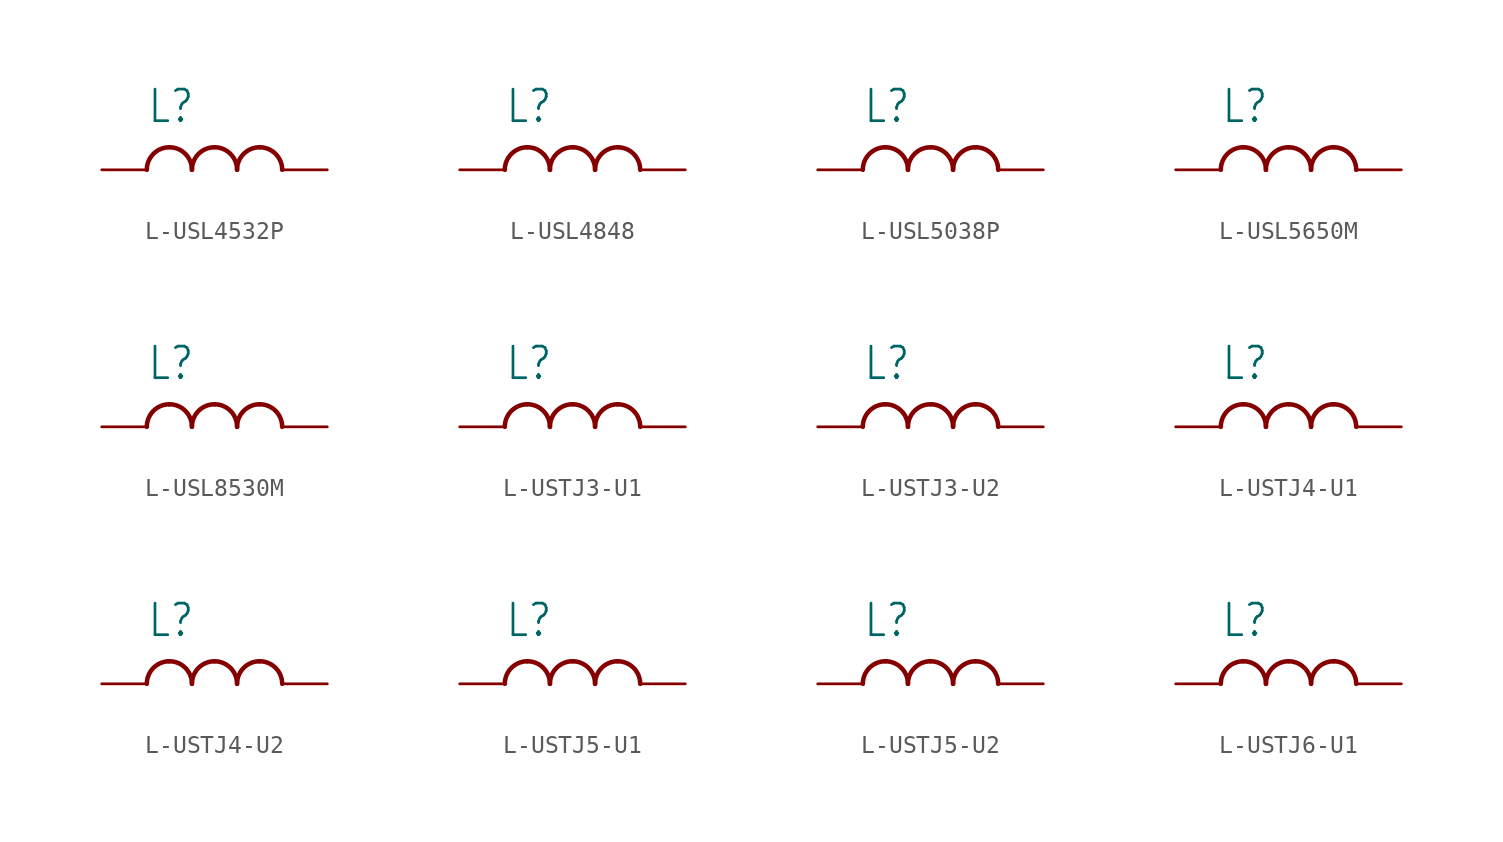
<source format=kicad_sym>
(kicad_symbol_lib
  (version 20231120)
  (generator "kicad_symbol_editor")
  (generator_version "8.0")
  (symbol "L-USL4532P"
    (property "Reference" "L"
      (at -5.08 2.54 0)
      (effects (font (size 1.778 1.511)) (justify left bottom)))
    (property "Value" ""
      (at -5.08 -1.27 0)
      (effects (font (size 1.778 1.511)) (justify left top)))
    (property "ki_locked" ""
      (at 0 0 0)
      (effects (font (size 1.27 1.27))))
    (symbol "L-USL4532P_1_0"
      (arc (start -3.81 1.27) (mid -4.708 0.898) (end -5.08 0) (stroke (width 0.254) (type solid)) (fill (type none)))
      (arc (start -2.54 0) (mid -2.912 0.898) (end -3.81 1.27) (stroke (width 0.254) (type solid)) (fill (type none)))
      (arc (start -1.27 1.27) (mid -2.168 0.898) (end -2.54 0) (stroke (width 0.254) (type solid)) (fill (type none)))
      (arc (start 0 0) (mid -0.372 0.898) (end -1.27 1.27) (stroke (width 0.254) (type solid)) (fill (type none)))
      (arc (start 1.27 1.27) (mid 0.372 0.898) (end 0 0) (stroke (width 0.254) (type solid)) (fill (type none)))
      (arc (start 2.54 0) (mid 2.168 0.898) (end 1.27 1.27) (stroke (width 0.254) (type solid)) (fill (type none)))
      (pin passive line (at -7.62 0 0) (length 2.54) (name "1" (effects (font (size 0 0)))) (number "1" (effects (font (size 0 0)))))
      (pin passive line (at 5.08 0 180) (length 2.54) (name "2" (effects (font (size 0 0)))) (number "2" (effects (font (size 0 0)))))))
  (symbol "L-USL4848"
    (property "Reference" "L"
      (at -5.08 2.54 0)
      (effects (font (size 1.778 1.511)) (justify left bottom)))
    (property "Value" ""
      (at -5.08 -1.27 0)
      (effects (font (size 1.778 1.511)) (justify left top)))
    (property "ki_locked" ""
      (at 0 0 0)
      (effects (font (size 1.27 1.27))))
    (symbol "L-USL4848_1_0"
      (arc (start -3.81 1.27) (mid -4.708 0.898) (end -5.08 0) (stroke (width 0.254) (type solid)) (fill (type none)))
      (arc (start -2.54 0) (mid -2.912 0.898) (end -3.81 1.27) (stroke (width 0.254) (type solid)) (fill (type none)))
      (arc (start -1.27 1.27) (mid -2.168 0.898) (end -2.54 0) (stroke (width 0.254) (type solid)) (fill (type none)))
      (arc (start 0 0) (mid -0.372 0.898) (end -1.27 1.27) (stroke (width 0.254) (type solid)) (fill (type none)))
      (arc (start 1.27 1.27) (mid 0.372 0.898) (end 0 0) (stroke (width 0.254) (type solid)) (fill (type none)))
      (arc (start 2.54 0) (mid 2.168 0.898) (end 1.27 1.27) (stroke (width 0.254) (type solid)) (fill (type none)))
      (pin passive line (at -7.62 0 0) (length 2.54) (name "1" (effects (font (size 0 0)))) (number "P$1" (effects (font (size 0 0)))))
      (pin passive line (at 5.08 0 180) (length 2.54) (name "2" (effects (font (size 0 0)))) (number "P$2" (effects (font (size 0 0)))))))
  (symbol "L-USL5038P"
    (property "Reference" "L"
      (at -5.08 2.54 0)
      (effects (font (size 1.778 1.511)) (justify left bottom)))
    (property "Value" ""
      (at -5.08 -1.27 0)
      (effects (font (size 1.778 1.511)) (justify left top)))
    (property "ki_locked" ""
      (at 0 0 0)
      (effects (font (size 1.27 1.27))))
    (symbol "L-USL5038P_1_0"
      (arc (start -3.81 1.27) (mid -4.708 0.898) (end -5.08 0) (stroke (width 0.254) (type solid)) (fill (type none)))
      (arc (start -2.54 0) (mid -2.912 0.898) (end -3.81 1.27) (stroke (width 0.254) (type solid)) (fill (type none)))
      (arc (start -1.27 1.27) (mid -2.168 0.898) (end -2.54 0) (stroke (width 0.254) (type solid)) (fill (type none)))
      (arc (start 0 0) (mid -0.372 0.898) (end -1.27 1.27) (stroke (width 0.254) (type solid)) (fill (type none)))
      (arc (start 1.27 1.27) (mid 0.372 0.898) (end 0 0) (stroke (width 0.254) (type solid)) (fill (type none)))
      (arc (start 2.54 0) (mid 2.168 0.898) (end 1.27 1.27) (stroke (width 0.254) (type solid)) (fill (type none)))
      (pin passive line (at -7.62 0 0) (length 2.54) (name "1" (effects (font (size 0 0)))) (number "1" (effects (font (size 0 0)))))
      (pin passive line (at 5.08 0 180) (length 2.54) (name "2" (effects (font (size 0 0)))) (number "2" (effects (font (size 0 0)))))))
  (symbol "L-USL5650M"
    (property "Reference" "L"
      (at -5.08 2.54 0)
      (effects (font (size 1.778 1.511)) (justify left bottom)))
    (property "Value" ""
      (at -5.08 -1.27 0)
      (effects (font (size 1.778 1.511)) (justify left top)))
    (property "ki_locked" ""
      (at 0 0 0)
      (effects (font (size 1.27 1.27))))
    (symbol "L-USL5650M_1_0"
      (arc (start -3.81 1.27) (mid -4.708 0.898) (end -5.08 0) (stroke (width 0.254) (type solid)) (fill (type none)))
      (arc (start -2.54 0) (mid -2.912 0.898) (end -3.81 1.27) (stroke (width 0.254) (type solid)) (fill (type none)))
      (arc (start -1.27 1.27) (mid -2.168 0.898) (end -2.54 0) (stroke (width 0.254) (type solid)) (fill (type none)))
      (arc (start 0 0) (mid -0.372 0.898) (end -1.27 1.27) (stroke (width 0.254) (type solid)) (fill (type none)))
      (arc (start 1.27 1.27) (mid 0.372 0.898) (end 0 0) (stroke (width 0.254) (type solid)) (fill (type none)))
      (arc (start 2.54 0) (mid 2.168 0.898) (end 1.27 1.27) (stroke (width 0.254) (type solid)) (fill (type none)))
      (pin passive line (at -7.62 0 0) (length 2.54) (name "1" (effects (font (size 0 0)))) (number "1" (effects (font (size 0 0)))))
      (pin passive line (at 5.08 0 180) (length 2.54) (name "2" (effects (font (size 0 0)))) (number "2" (effects (font (size 0 0)))))))
  (symbol "L-USL8530M"
    (property "Reference" "L"
      (at -5.08 2.54 0)
      (effects (font (size 1.778 1.511)) (justify left bottom)))
    (property "Value" ""
      (at -5.08 -1.27 0)
      (effects (font (size 1.778 1.511)) (justify left top)))
    (property "ki_locked" ""
      (at 0 0 0)
      (effects (font (size 1.27 1.27))))
    (symbol "L-USL8530M_1_0"
      (arc (start -3.81 1.27) (mid -4.708 0.898) (end -5.08 0) (stroke (width 0.254) (type solid)) (fill (type none)))
      (arc (start -2.54 0) (mid -2.912 0.898) (end -3.81 1.27) (stroke (width 0.254) (type solid)) (fill (type none)))
      (arc (start -1.27 1.27) (mid -2.168 0.898) (end -2.54 0) (stroke (width 0.254) (type solid)) (fill (type none)))
      (arc (start 0 0) (mid -0.372 0.898) (end -1.27 1.27) (stroke (width 0.254) (type solid)) (fill (type none)))
      (arc (start 1.27 1.27) (mid 0.372 0.898) (end 0 0) (stroke (width 0.254) (type solid)) (fill (type none)))
      (arc (start 2.54 0) (mid 2.168 0.898) (end 1.27 1.27) (stroke (width 0.254) (type solid)) (fill (type none)))
      (pin passive line (at -7.62 0 0) (length 2.54) (name "1" (effects (font (size 0 0)))) (number "1" (effects (font (size 0 0)))))
      (pin passive line (at 5.08 0 180) (length 2.54) (name "2" (effects (font (size 0 0)))) (number "2" (effects (font (size 0 0)))))))
  (symbol "L-USTJ3-U1"
    (property "Reference" "L"
      (at -5.08 2.54 0)
      (effects (font (size 1.778 1.511)) (justify left bottom)))
    (property "Value" ""
      (at -5.08 -1.27 0)
      (effects (font (size 1.778 1.511)) (justify left top)))
    (property "ki_locked" ""
      (at 0 0 0)
      (effects (font (size 1.27 1.27))))
    (symbol "L-USTJ3-U1_1_0"
      (arc (start -3.81 1.27) (mid -4.708 0.898) (end -5.08 0) (stroke (width 0.254) (type solid)) (fill (type none)))
      (arc (start -2.54 0) (mid -2.912 0.898) (end -3.81 1.27) (stroke (width 0.254) (type solid)) (fill (type none)))
      (arc (start -1.27 1.27) (mid -2.168 0.898) (end -2.54 0) (stroke (width 0.254) (type solid)) (fill (type none)))
      (arc (start 0 0) (mid -0.372 0.898) (end -1.27 1.27) (stroke (width 0.254) (type solid)) (fill (type none)))
      (arc (start 1.27 1.27) (mid 0.372 0.898) (end 0 0) (stroke (width 0.254) (type solid)) (fill (type none)))
      (arc (start 2.54 0) (mid 2.168 0.898) (end 1.27 1.27) (stroke (width 0.254) (type solid)) (fill (type none)))
      (pin passive line (at -7.62 0 0) (length 2.54) (name "1" (effects (font (size 0 0)))) (number "1" (effects (font (size 0 0)))))
      (pin passive line (at 5.08 0 180) (length 2.54) (name "2" (effects (font (size 0 0)))) (number "2" (effects (font (size 0 0)))))))
  (symbol "L-USTJ3-U2"
    (property "Reference" "L"
      (at -5.08 2.54 0)
      (effects (font (size 1.778 1.511)) (justify left bottom)))
    (property "Value" ""
      (at -5.08 -1.27 0)
      (effects (font (size 1.778 1.511)) (justify left top)))
    (property "ki_locked" ""
      (at 0 0 0)
      (effects (font (size 1.27 1.27))))
    (symbol "L-USTJ3-U2_1_0"
      (arc (start -3.81 1.27) (mid -4.708 0.898) (end -5.08 0) (stroke (width 0.254) (type solid)) (fill (type none)))
      (arc (start -2.54 0) (mid -2.912 0.898) (end -3.81 1.27) (stroke (width 0.254) (type solid)) (fill (type none)))
      (arc (start -1.27 1.27) (mid -2.168 0.898) (end -2.54 0) (stroke (width 0.254) (type solid)) (fill (type none)))
      (arc (start 0 0) (mid -0.372 0.898) (end -1.27 1.27) (stroke (width 0.254) (type solid)) (fill (type none)))
      (arc (start 1.27 1.27) (mid 0.372 0.898) (end 0 0) (stroke (width 0.254) (type solid)) (fill (type none)))
      (arc (start 2.54 0) (mid 2.168 0.898) (end 1.27 1.27) (stroke (width 0.254) (type solid)) (fill (type none)))
      (pin passive line (at -7.62 0 0) (length 2.54) (name "1" (effects (font (size 0 0)))) (number "1" (effects (font (size 0 0)))))
      (pin passive line (at 5.08 0 180) (length 2.54) (name "2" (effects (font (size 0 0)))) (number "2" (effects (font (size 0 0)))))))
  (symbol "L-USTJ4-U1"
    (property "Reference" "L"
      (at -5.08 2.54 0)
      (effects (font (size 1.778 1.511)) (justify left bottom)))
    (property "Value" ""
      (at -5.08 -1.27 0)
      (effects (font (size 1.778 1.511)) (justify left top)))
    (property "ki_locked" ""
      (at 0 0 0)
      (effects (font (size 1.27 1.27))))
    (symbol "L-USTJ4-U1_1_0"
      (arc (start -3.81 1.27) (mid -4.708 0.898) (end -5.08 0) (stroke (width 0.254) (type solid)) (fill (type none)))
      (arc (start -2.54 0) (mid -2.912 0.898) (end -3.81 1.27) (stroke (width 0.254) (type solid)) (fill (type none)))
      (arc (start -1.27 1.27) (mid -2.168 0.898) (end -2.54 0) (stroke (width 0.254) (type solid)) (fill (type none)))
      (arc (start 0 0) (mid -0.372 0.898) (end -1.27 1.27) (stroke (width 0.254) (type solid)) (fill (type none)))
      (arc (start 1.27 1.27) (mid 0.372 0.898) (end 0 0) (stroke (width 0.254) (type solid)) (fill (type none)))
      (arc (start 2.54 0) (mid 2.168 0.898) (end 1.27 1.27) (stroke (width 0.254) (type solid)) (fill (type none)))
      (pin passive line (at -7.62 0 0) (length 2.54) (name "1" (effects (font (size 0 0)))) (number "1" (effects (font (size 0 0)))))
      (pin passive line (at 5.08 0 180) (length 2.54) (name "2" (effects (font (size 0 0)))) (number "2" (effects (font (size 0 0)))))))
  (symbol "L-USTJ4-U2"
    (property "Reference" "L"
      (at -5.08 2.54 0)
      (effects (font (size 1.778 1.511)) (justify left bottom)))
    (property "Value" ""
      (at -5.08 -1.27 0)
      (effects (font (size 1.778 1.511)) (justify left top)))
    (property "ki_locked" ""
      (at 0 0 0)
      (effects (font (size 1.27 1.27))))
    (symbol "L-USTJ4-U2_1_0"
      (arc (start -3.81 1.27) (mid -4.708 0.898) (end -5.08 0) (stroke (width 0.254) (type solid)) (fill (type none)))
      (arc (start -2.54 0) (mid -2.912 0.898) (end -3.81 1.27) (stroke (width 0.254) (type solid)) (fill (type none)))
      (arc (start -1.27 1.27) (mid -2.168 0.898) (end -2.54 0) (stroke (width 0.254) (type solid)) (fill (type none)))
      (arc (start 0 0) (mid -0.372 0.898) (end -1.27 1.27) (stroke (width 0.254) (type solid)) (fill (type none)))
      (arc (start 1.27 1.27) (mid 0.372 0.898) (end 0 0) (stroke (width 0.254) (type solid)) (fill (type none)))
      (arc (start 2.54 0) (mid 2.168 0.898) (end 1.27 1.27) (stroke (width 0.254) (type solid)) (fill (type none)))
      (pin passive line (at -7.62 0 0) (length 2.54) (name "1" (effects (font (size 0 0)))) (number "1" (effects (font (size 0 0)))))
      (pin passive line (at 5.08 0 180) (length 2.54) (name "2" (effects (font (size 0 0)))) (number "2" (effects (font (size 0 0)))))))
  (symbol "L-USTJ5-U1"
    (property "Reference" "L"
      (at -5.08 2.54 0)
      (effects (font (size 1.778 1.511)) (justify left bottom)))
    (property "Value" ""
      (at -5.08 -1.27 0)
      (effects (font (size 1.778 1.511)) (justify left top)))
    (property "ki_locked" ""
      (at 0 0 0)
      (effects (font (size 1.27 1.27))))
    (symbol "L-USTJ5-U1_1_0"
      (arc (start -3.81 1.27) (mid -4.708 0.898) (end -5.08 0) (stroke (width 0.254) (type solid)) (fill (type none)))
      (arc (start -2.54 0) (mid -2.912 0.898) (end -3.81 1.27) (stroke (width 0.254) (type solid)) (fill (type none)))
      (arc (start -1.27 1.27) (mid -2.168 0.898) (end -2.54 0) (stroke (width 0.254) (type solid)) (fill (type none)))
      (arc (start 0 0) (mid -0.372 0.898) (end -1.27 1.27) (stroke (width 0.254) (type solid)) (fill (type none)))
      (arc (start 1.27 1.27) (mid 0.372 0.898) (end 0 0) (stroke (width 0.254) (type solid)) (fill (type none)))
      (arc (start 2.54 0) (mid 2.168 0.898) (end 1.27 1.27) (stroke (width 0.254) (type solid)) (fill (type none)))
      (pin passive line (at -7.62 0 0) (length 2.54) (name "1" (effects (font (size 0 0)))) (number "1" (effects (font (size 0 0)))))
      (pin passive line (at 5.08 0 180) (length 2.54) (name "2" (effects (font (size 0 0)))) (number "2" (effects (font (size 0 0)))))))
  (symbol "L-USTJ5-U2"
    (property "Reference" "L"
      (at -5.08 2.54 0)
      (effects (font (size 1.778 1.511)) (justify left bottom)))
    (property "Value" ""
      (at -5.08 -1.27 0)
      (effects (font (size 1.778 1.511)) (justify left top)))
    (property "ki_locked" ""
      (at 0 0 0)
      (effects (font (size 1.27 1.27))))
    (symbol "L-USTJ5-U2_1_0"
      (arc (start -3.81 1.27) (mid -4.708 0.898) (end -5.08 0) (stroke (width 0.254) (type solid)) (fill (type none)))
      (arc (start -2.54 0) (mid -2.912 0.898) (end -3.81 1.27) (stroke (width 0.254) (type solid)) (fill (type none)))
      (arc (start -1.27 1.27) (mid -2.168 0.898) (end -2.54 0) (stroke (width 0.254) (type solid)) (fill (type none)))
      (arc (start 0 0) (mid -0.372 0.898) (end -1.27 1.27) (stroke (width 0.254) (type solid)) (fill (type none)))
      (arc (start 1.27 1.27) (mid 0.372 0.898) (end 0 0) (stroke (width 0.254) (type solid)) (fill (type none)))
      (arc (start 2.54 0) (mid 2.168 0.898) (end 1.27 1.27) (stroke (width 0.254) (type solid)) (fill (type none)))
      (pin passive line (at -7.62 0 0) (length 2.54) (name "1" (effects (font (size 0 0)))) (number "1" (effects (font (size 0 0)))))
      (pin passive line (at 5.08 0 180) (length 2.54) (name "2" (effects (font (size 0 0)))) (number "2" (effects (font (size 0 0)))))))
  (symbol "L-USTJ6-U1"
    (property "Reference" "L"
      (at -5.08 2.54 0)
      (effects (font (size 1.778 1.511)) (justify left bottom)))
    (property "Value" ""
      (at -5.08 -1.27 0)
      (effects (font (size 1.778 1.511)) (justify left top)))
    (property "ki_locked" ""
      (at 0 0 0)
      (effects (font (size 1.27 1.27))))
    (symbol "L-USTJ6-U1_1_0"
      (arc (start -3.81 1.27) (mid -4.708 0.898) (end -5.08 0) (stroke (width 0.254) (type solid)) (fill (type none)))
      (arc (start -2.54 0) (mid -2.912 0.898) (end -3.81 1.27) (stroke (width 0.254) (type solid)) (fill (type none)))
      (arc (start -1.27 1.27) (mid -2.168 0.898) (end -2.54 0) (stroke (width 0.254) (type solid)) (fill (type none)))
      (arc (start 0 0) (mid -0.372 0.898) (end -1.27 1.27) (stroke (width 0.254) (type solid)) (fill (type none)))
      (arc (start 1.27 1.27) (mid 0.372 0.898) (end 0 0) (stroke (width 0.254) (type solid)) (fill (type none)))
      (arc (start 2.54 0) (mid 2.168 0.898) (end 1.27 1.27) (stroke (width 0.254) (type solid)) (fill (type none)))
      (pin passive line (at -7.62 0 0) (length 2.54) (name "1" (effects (font (size 0 0)))) (number "1" (effects (font (size 0 0)))))
      (pin passive line (at 5.08 0 180) (length 2.54) (name "2" (effects (font (size 0 0)))) (number "2" (effects (font (size 0 0))))))))
</source>
